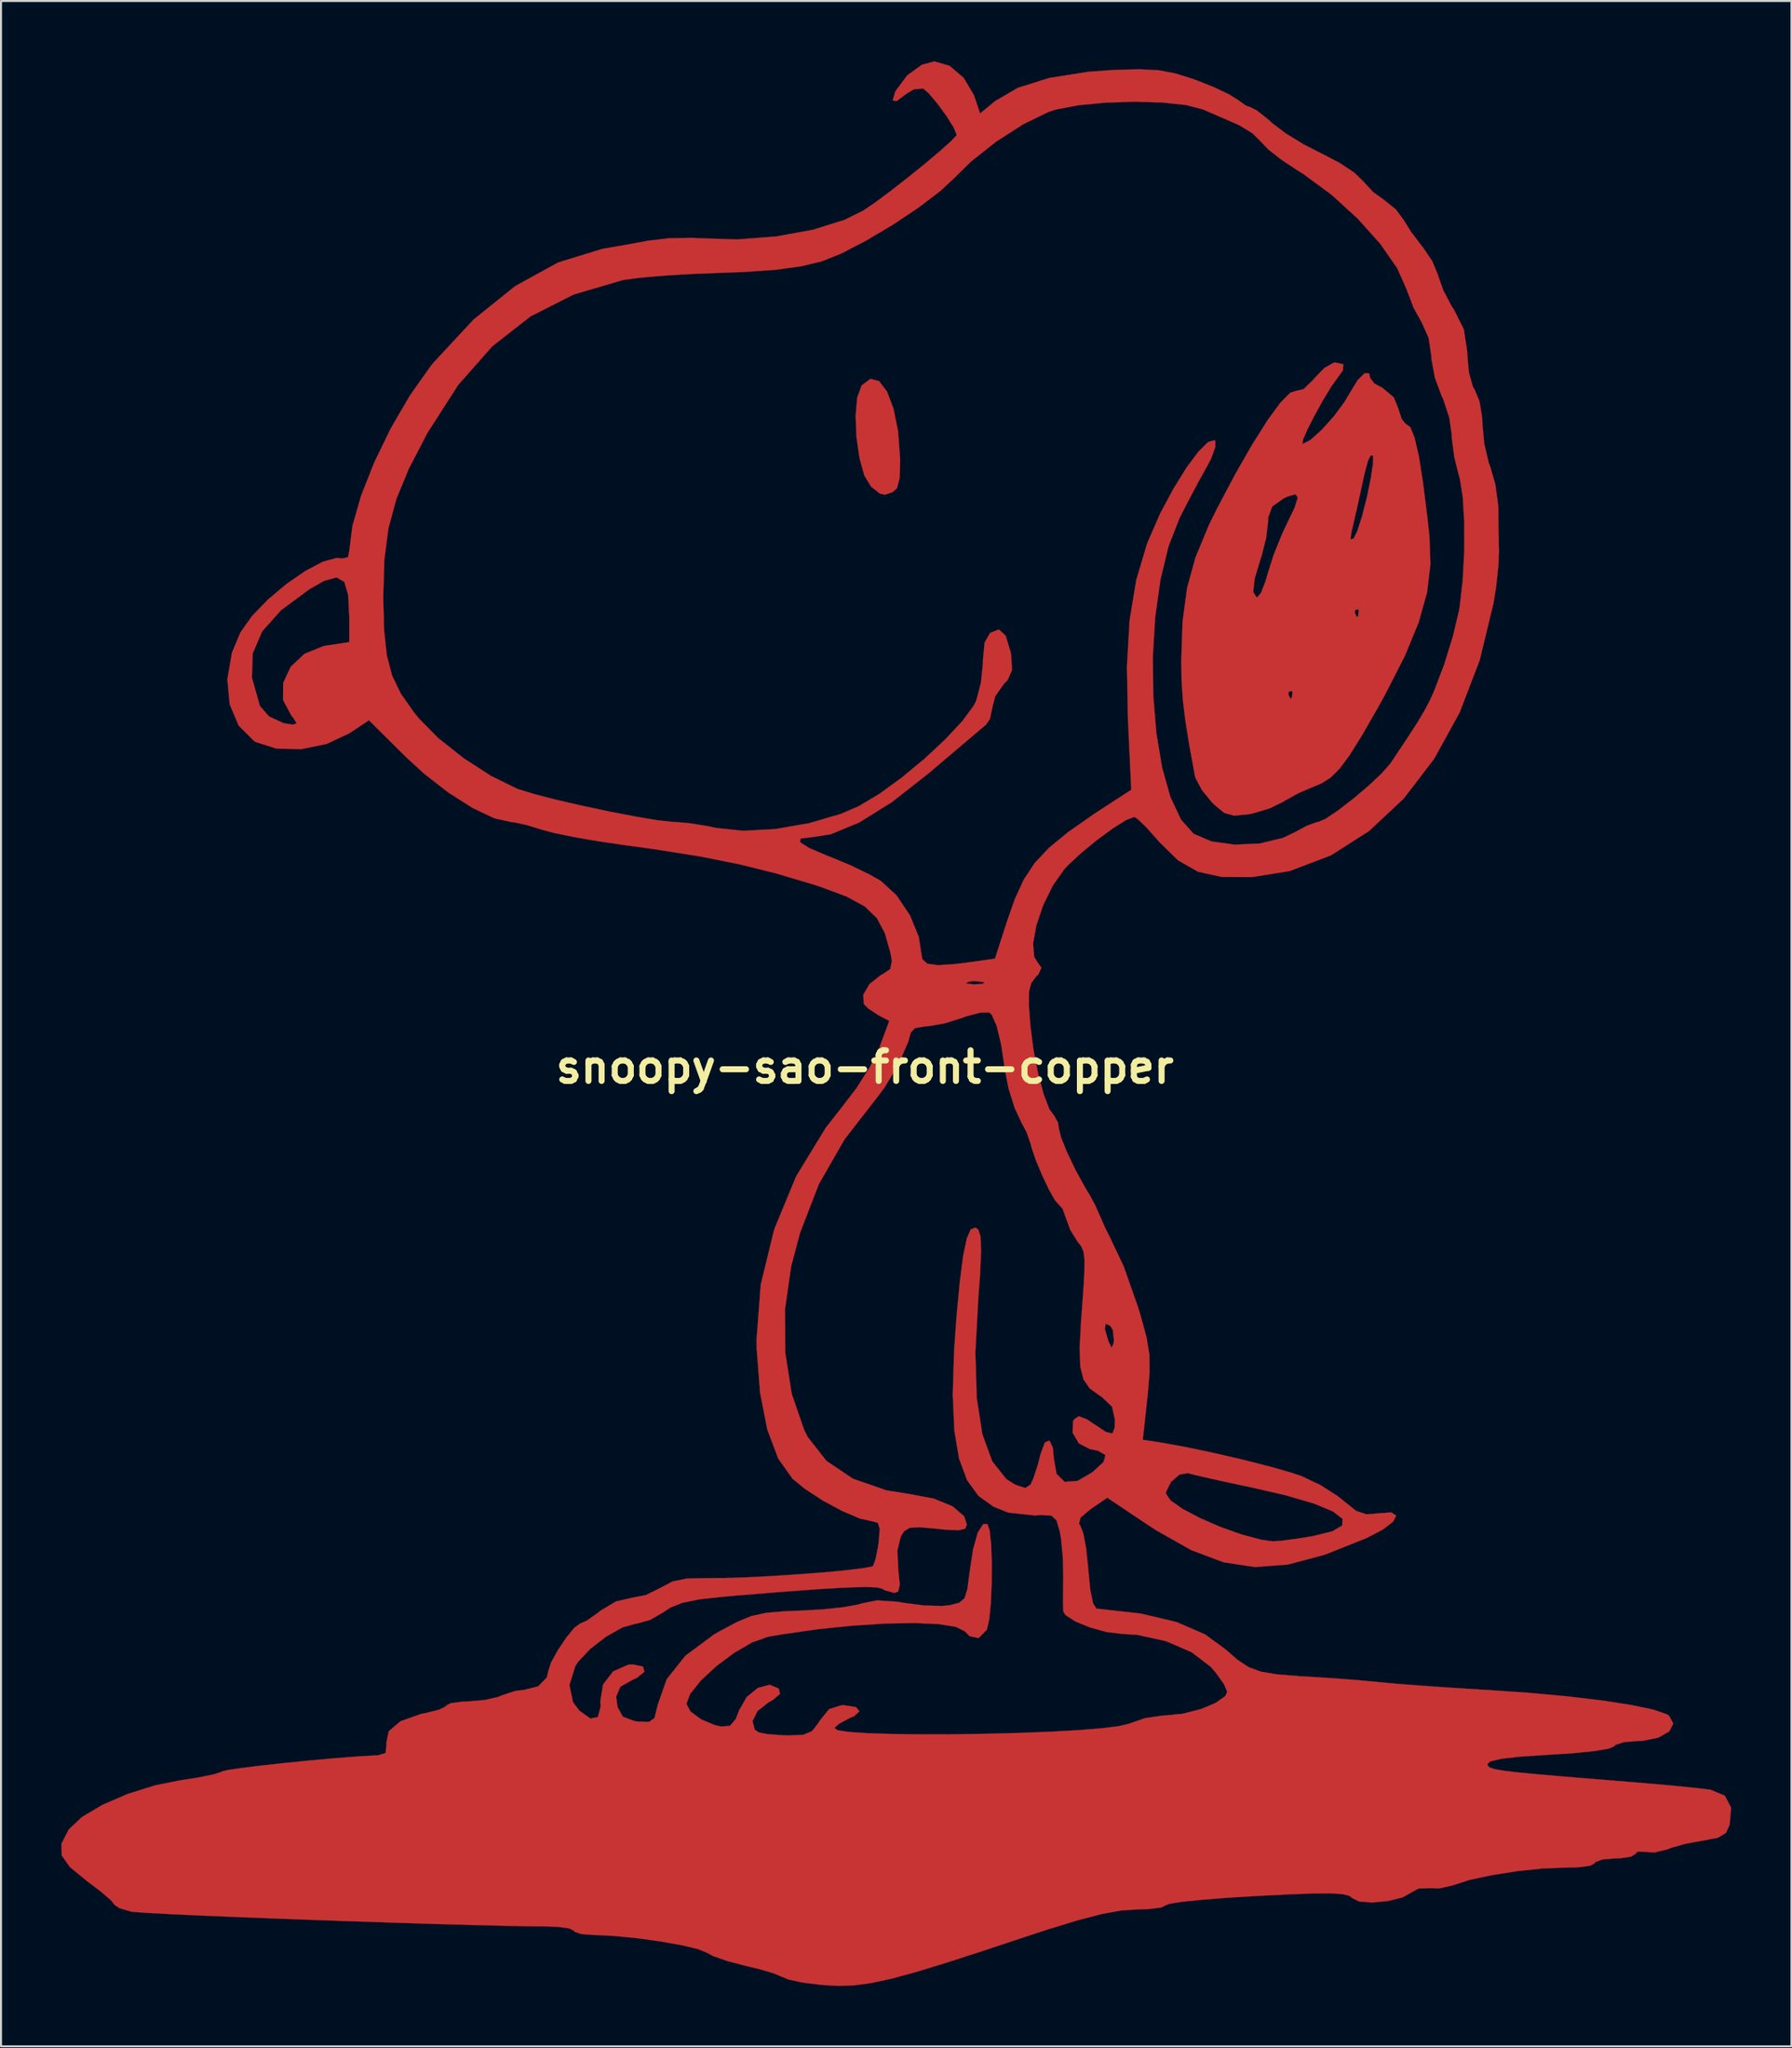
<source format=kicad_pcb>
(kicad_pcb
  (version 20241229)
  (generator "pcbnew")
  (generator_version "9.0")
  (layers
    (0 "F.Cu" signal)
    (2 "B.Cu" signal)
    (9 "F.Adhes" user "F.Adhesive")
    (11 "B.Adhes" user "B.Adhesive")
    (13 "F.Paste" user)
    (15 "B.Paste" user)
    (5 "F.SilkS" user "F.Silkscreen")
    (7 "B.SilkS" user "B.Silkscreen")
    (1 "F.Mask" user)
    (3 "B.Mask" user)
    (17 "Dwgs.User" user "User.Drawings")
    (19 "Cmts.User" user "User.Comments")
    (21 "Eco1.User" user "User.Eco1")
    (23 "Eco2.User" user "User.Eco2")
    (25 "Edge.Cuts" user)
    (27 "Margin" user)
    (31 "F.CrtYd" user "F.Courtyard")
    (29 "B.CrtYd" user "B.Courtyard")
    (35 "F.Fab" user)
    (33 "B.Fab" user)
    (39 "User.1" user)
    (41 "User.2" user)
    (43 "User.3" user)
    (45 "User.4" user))
  (footprint "snoopy-sao-front-copper"
    (layer "F.Cu")
    (at 39.988 50.037)
    (property "Reference" "snoopy-sao-front-copper" (at 0 0 0) (layer "F.SilkS") (effects (font (size 1.524 1.524) (thickness 0.3))))
    (attr through_hole)
    (fp_poly (pts (xy 0.711 -34.122) (xy 1.103 -33.608) (xy 1.427 -32.756) (xy 1.655 -31.624) (xy 1.756 -30.266) (xy 1.758 -30.19) (xy 1.731 -29.297) (xy 1.601 -28.8) (xy 1.376 -28.602) (xy 1.003 -28.476) (xy 0.746 -28.532) (xy 0.365 -28.838) (xy 0.301 -28.892) (xy -0.02 -29.423) (xy -0.264 -30.294) (xy -0.414 -31.342) (xy -0.457 -32.403) (xy -0.376 -33.314) (xy -0.159 -33.909) (xy 0.281 -34.241) (xy 0.711 -34.122)) (stroke (width 0.01) (type solid)) (fill yes) (layer "F.Cu"))
    (fp_poly (pts (xy 23.816 -34.96) (xy 23.788 -34.653) (xy 23.537 -34.31) (xy 23.206 -33.845) (xy 22.801 -33.178) (xy 22.389 -32.435) (xy 22.035 -31.74) (xy 21.807 -31.219) (xy 21.771 -30.997) (xy 21.778 -30.995) (xy 22.174 -31.197) (xy 22.732 -31.697) (xy 23.338 -32.37) (xy 23.873 -33.091) (xy 24.122 -33.513) (xy 24.524 -34.169) (xy 24.873 -34.519) (xy 25.099 -34.508) (xy 25.146 -34.284) (xy 25.356 -34.008) (xy 25.757 -33.791) (xy 26.323 -33.318) (xy 26.54 -32.781) (xy 26.716 -32.242) (xy 26.909 -32.005) (xy 26.917 -32.004) (xy 27.144 -31.838) (xy 27.358 -31.316) (xy 27.568 -30.405) (xy 27.78 -29.069) (xy 28.003 -27.274) (xy 28.096 -26.416) (xy 28.147 -25.017) (xy 27.98 -23.619) (xy 27.566 -22.132) (xy 26.88 -20.467) (xy 25.895 -18.535) (xy 25.547 -17.907) (xy 24.757 -16.53) (xy 24.137 -15.535) (xy 23.629 -14.848) (xy 23.177 -14.398) (xy 22.722 -14.112) (xy 22.424 -13.989) (xy 21.613 -13.644) (xy 20.897 -13.251) (xy 20.828 -13.204) (xy 20.16 -12.875) (xy 19.308 -12.619) (xy 19.116 -12.582) (xy 18.383 -12.506) (xy 17.885 -12.645) (xy 17.364 -13.077) (xy 17.287 -13.154) (xy 16.777 -13.779) (xy 16.455 -14.388) (xy 16.423 -14.509) (xy 16.135 -16.092) (xy 15.94 -17.319) (xy 15.822 -18.328) (xy 15.809 -18.542) (xy 21.082 -18.542) (xy 21.175 -18.333) (xy 21.251 -18.373) (xy 21.282 -18.674) (xy 21.251 -18.711) (xy 21.1 -18.676) (xy 21.082 -18.542) (xy 15.809 -18.542) (xy 15.764 -19.26) (xy 15.749 -20.208) (xy 15.814 -22.168) (xy 15.873 -22.606) (xy 24.384 -22.606) (xy 24.477 -22.397) (xy 24.553 -22.437) (xy 24.584 -22.738) (xy 24.553 -22.775) (xy 24.402 -22.74) (xy 24.384 -22.606) (xy 15.873 -22.606) (xy 16.011 -23.64) (xy 19.329 -23.64) (xy 19.491 -23.372) (xy 19.528 -23.368) (xy 19.715 -23.591) (xy 19.938 -24.158) (xy 20.047 -24.542) (xy 20.352 -25.499) (xy 20.658 -26.253) (xy 24.165 -26.253) (xy 24.319 -26.286) (xy 24.322 -26.289) (xy 24.501 -26.648) (xy 24.733 -27.36) (xy 24.971 -28.281) (xy 25.002 -28.417) (xy 25.186 -29.33) (xy 25.292 -30.035) (xy 25.299 -30.402) (xy 25.289 -30.421) (xy 25.168 -30.429) (xy 25.036 -30.153) (xy 24.867 -29.52) (xy 24.659 -28.575) (xy 24.468 -27.694) (xy 24.29 -26.922) (xy 24.227 -26.67) (xy 24.165 -26.253) (xy 20.658 -26.253) (xy 20.777 -26.547) (xy 20.966 -26.947) (xy 21.39 -27.831) (xy 21.547 -28.331) (xy 21.433 -28.498) (xy 21.043 -28.385) (xy 20.828 -28.283) (xy 20.27 -27.886) (xy 20.072 -27.333) (xy 20.062 -27.096) (xy 19.97 -26.318) (xy 19.747 -25.433) (xy 19.692 -25.273) (xy 19.398 -24.293) (xy 19.329 -23.64) (xy 16.011 -23.64) (xy 16.035 -23.82) (xy 16.456 -25.353) (xy 17.12 -26.956) (xy 17.514 -27.757) (xy 18.43 -29.489) (xy 19.284 -30.98) (xy 20.045 -32.183) (xy 20.682 -33.053) (xy 21.166 -33.545) (xy 21.433 -33.631) (xy 21.837 -33.728) (xy 22.333 -34.211) (xy 22.378 -34.271) (xy 22.869 -34.782) (xy 23.34 -35.043) (xy 23.416 -35.052) (xy 23.816 -34.96)) (stroke (width 0.01) (type solid)) (fill yes) (layer "F.Cu"))
    (fp_poly (pts (xy 4.217 -49.811) (xy 4.916 -49.217) (xy 5.419 -48.376) (xy 5.46 -48.264) (xy 5.736 -47.442) (xy 6.488 -48.06) (xy 7.621 -48.719) (xy 9.188 -49.21) (xy 11.14 -49.518) (xy 12.422 -49.608) (xy 13.677 -49.639) (xy 14.618 -49.591) (xy 15.436 -49.439) (xy 16.322 -49.161) (xy 16.471 -49.108) (xy 17.374 -48.749) (xy 18.125 -48.393) (xy 18.546 -48.129) (xy 18.978 -47.825) (xy 19.197 -47.751) (xy 19.51 -47.59) (xy 20.024 -47.185) (xy 20.263 -46.97) (xy 20.94 -46.453) (xy 21.872 -45.885) (xy 22.733 -45.447) (xy 23.618 -44.988) (xy 24.349 -44.505) (xy 24.761 -44.111) (xy 25.291 -43.533) (xy 25.804 -43.168) (xy 26.421 -42.673) (xy 26.795 -42.173) (xy 27.198 -41.531) (xy 27.724 -40.842) (xy 27.765 -40.795) (xy 28.235 -40.099) (xy 28.532 -39.388) (xy 28.545 -39.328) (xy 28.784 -38.65) (xy 29.198 -37.862) (xy 29.332 -37.654) (xy 29.811 -36.698) (xy 29.977 -35.596) (xy 29.98 -35.438) (xy 30.06 -34.563) (xy 30.254 -33.861) (xy 30.361 -33.67) (xy 30.589 -33.12) (xy 30.721 -32.32) (xy 30.734 -31.986) (xy 30.824 -31.016) (xy 31.047 -30.071) (xy 31.127 -29.856) (xy 31.377 -28.987) (xy 31.516 -27.986) (xy 31.525 -27.73) (xy 31.535 -26.775) (xy 31.553 -25.862) (xy 31.559 -25.654) (xy 31.529 -24.927) (xy 31.421 -23.94) (xy 31.289 -23.086) (xy 30.597 -20.234) (xy 29.601 -17.639) (xy 28.332 -15.336) (xy 26.82 -13.36) (xy 25.098 -11.747) (xy 23.196 -10.533) (xy 21.146 -9.752) (xy 19.279 -9.454) (xy 17.767 -9.459) (xy 16.582 -9.718) (xy 15.583 -10.288) (xy 14.63 -11.225) (xy 14.532 -11.341) (xy 13.995 -11.944) (xy 13.574 -12.345) (xy 13.405 -12.446) (xy 13.002 -12.289) (xy 12.35 -11.879) (xy 11.571 -11.309) (xy 10.788 -10.671) (xy 10.126 -10.057) (xy 9.933 -9.85) (xy 9.356 -9.033) (xy 8.877 -8.058) (xy 8.537 -7.055) (xy 8.374 -6.154) (xy 8.428 -5.484) (xy 8.552 -5.273) (xy 8.787 -4.94) (xy 8.642 -4.622) (xy 8.494 -4.466) (xy 8.275 -4.165) (xy 8.17 -3.737) (xy 8.165 -3.055) (xy 8.237 -2.08) (xy 8.394 -0.853) (xy 8.625 0.331) (xy 8.9 1.354) (xy 9.185 2.098) (xy 9.428 2.432) (xy 9.619 2.774) (xy 9.652 3.042) (xy 9.771 3.518) (xy 10.079 4.276) (xy 10.507 5.163) (xy 10.982 6.026) (xy 11.183 6.35) (xy 11.469 6.881) (xy 11.684 7.366) (xy 11.96 7.998) (xy 12.154 8.382) (xy 12.885 9.923) (xy 13.6 11.955) (xy 13.741 12.422) (xy 14.023 13.465) (xy 14.161 14.31) (xy 14.172 15.184) (xy 14.076 16.313) (xy 14.064 16.422) (xy 13.832 18.541) (xy 14.726 18.68) (xy 15.925 18.895) (xy 17.328 19.189) (xy 18.782 19.526) (xy 20.135 19.869) (xy 21.233 20.183) (xy 21.718 20.345) (xy 22.654 20.786) (xy 23.539 21.349) (xy 23.837 21.592) (xy 24.452 22.081) (xy 24.97 22.254) (xy 25.55 22.204) (xy 26.204 22.158) (xy 26.443 22.313) (xy 26.291 22.615) (xy 25.774 23.014) (xy 24.956 23.438) (xy 22.87 24.268) (xy 21.059 24.748) (xy 19.419 24.874) (xy 17.848 24.637) (xy 16.244 24.032) (xy 14.505 23.05) (xy 13.963 22.696) (xy 12.065 21.424) (xy 11.255 21.98) (xy 10.738 22.411) (xy 10.656 22.721) (xy 10.721 22.811) (xy 10.869 23.185) (xy 11.008 23.918) (xy 11.11 24.862) (xy 11.12 25.005) (xy 11.22 26.019) (xy 11.362 26.693) (xy 11.527 26.943) (xy 13.732 27.189) (xy 15.513 27.61) (xy 16.928 28.224) (xy 17.951 28.97) (xy 18.554 29.496) (xy 19.094 29.851) (xy 19.699 30.076) (xy 20.499 30.214) (xy 21.623 30.305) (xy 22.225 30.339) (xy 23.429 30.415) (xy 24.652 30.511) (xy 25.634 30.605) (xy 25.654 30.607) (xy 26.41 30.678) (xy 27.542 30.766) (xy 28.916 30.862) (xy 30.402 30.956) (xy 30.988 30.991) (xy 33.078 31.135) (xy 35.015 31.314) (xy 36.733 31.519) (xy 38.164 31.741) (xy 39.243 31.969) (xy 39.902 32.195) (xy 40.018 32.268) (xy 40.234 32.664) (xy 40.032 33.051) (xy 39.497 33.359) (xy 38.713 33.519) (xy 38.463 33.528) (xy 37.779 33.584) (xy 37.35 33.725) (xy 37.293 33.791) (xy 37.015 33.91) (xy 36.318 34.028) (xy 35.288 34.133) (xy 34.096 34.211) (xy 32.634 34.305) (xy 31.65 34.416) (xy 31.114 34.549) (xy 30.988 34.673) (xy 31.01 34.77) (xy 31.113 34.854) (xy 31.351 34.93) (xy 31.782 35.005) (xy 32.46 35.087) (xy 33.441 35.182) (xy 34.779 35.298) (xy 36.531 35.442) (xy 37.973 35.558) (xy 39.294 35.669) (xy 40.5 35.779) (xy 41.464 35.877) (xy 42.059 35.95) (xy 42.086 35.954) (xy 42.801 36.251) (xy 43.111 36.848) (xy 43.039 37.686) (xy 42.853 38.101) (xy 42.466 38.337) (xy 41.727 38.482) (xy 41.695 38.487) (xy 40.85 38.64) (xy 40.137 38.84) (xy 39.958 38.913) (xy 39.301 39.075) (xy 38.879 39.047) (xy 38.465 39.028) (xy 38.354 39.14) (xy 38.129 39.284) (xy 37.566 39.364) (xy 37.338 39.37) (xy 36.702 39.423) (xy 36.348 39.556) (xy 36.322 39.61) (xy 36.092 39.734) (xy 35.494 39.813) (xy 34.837 39.828) (xy 33.741 39.87) (xy 32.473 40.003) (xy 31.201 40.202) (xy 30.093 40.44) (xy 29.318 40.69) (xy 29.292 40.702) (xy 28.589 40.864) (xy 28.135 40.845) (xy 27.556 40.87) (xy 27.248 41.034) (xy 26.77 41.306) (xy 26.04 41.489) (xy 25.249 41.564) (xy 24.588 41.51) (xy 24.27 41.35) (xy 24.097 41.224) (xy 23.755 41.144) (xy 23.178 41.108) (xy 22.294 41.114) (xy 21.037 41.161) (xy 19.494 41.239) (xy 18.045 41.328) (xy 16.79 41.427) (xy 15.808 41.527) (xy 15.181 41.622) (xy 14.986 41.695) (xy 14.756 41.81) (xy 14.159 41.888) (xy 13.525 41.91) (xy 12.749 41.962) (xy 11.799 42.135) (xy 10.592 42.449) (xy 9.045 42.923) (xy 8.001 43.266) (xy 5.773 44.005) (xy 3.958 44.592) (xy 2.487 45.039) (xy 1.293 45.361) (xy 0.308 45.572) (xy -0.535 45.684) (xy -1.305 45.713) (xy -2.068 45.671) (xy -2.894 45.573) (xy -3.175 45.532) (xy -3.804 45.393) (xy -4.191 45.232) (xy -4.561 45.08) (xy -5.262 44.876) (xy -5.969 44.705) (xy -6.847 44.474) (xy -7.555 44.224) (xy -7.874 44.055) (xy -8.301 43.881) (xy -9.102 43.69) (xy -10.146 43.505) (xy -11.301 43.344) (xy -12.435 43.229) (xy -13.416 43.18) (xy -13.502 43.18) (xy -14.124 43.131) (xy -14.459 43.01) (xy -14.478 42.969) (xy -14.707 42.851) (xy -15.296 42.773) (xy -15.812 42.755) (xy -16.803 42.745) (xy -18.141 42.718) (xy -19.757 42.677) (xy -21.584 42.625) (xy -23.554 42.563) (xy -25.6 42.495) (xy -27.653 42.423) (xy -29.645 42.349) (xy -31.509 42.276) (xy -33.178 42.206) (xy -34.582 42.141) (xy -35.655 42.084) (xy -36.328 42.037) (xy -36.513 42.015) (xy -37.072 41.853) (xy -37.335 41.684) (xy -37.338 41.669) (xy -37.528 41.441) (xy -38.027 41.015) (xy -38.711 40.496) (xy -39.554 39.807) (xy -39.966 39.225) (xy -39.983 38.647) (xy -39.639 37.973) (xy -39.593 37.907) (xy -38.958 37.309) (xy -37.947 36.71) (xy -36.692 36.166) (xy -35.32 35.736) (xy -34.109 35.493) (xy -33.161 35.344) (xy -32.425 35.194) (xy -32.032 35.071) (xy -32.004 35.049) (xy -31.73 34.978) (xy -31.055 34.877) (xy -30.083 34.757) (xy -28.921 34.629) (xy -27.672 34.504) (xy -26.443 34.392) (xy -25.338 34.304) (xy -24.462 34.252) (xy -24.234 34.244) (xy -23.846 34.125) (xy -23.805 33.706) (xy -23.815 33.648) (xy -23.694 33.046) (xy -23.111 32.549) (xy -22.107 32.189) (xy -21.78 32.122) (xy -21.17 31.967) (xy -20.845 31.799) (xy -20.828 31.762) (xy -20.601 31.647) (xy -20.028 31.572) (xy -19.712 31.56) (xy -18.892 31.487) (xy -18.214 31.325) (xy -18.078 31.265) (xy -17.389 31.037) (xy -16.958 30.988) (xy -16.26 30.812) (xy -16.189 30.741) (xy -14.702 30.741) (xy -14.524 31.596) (xy -14.208 32.02) (xy -13.655 32.412) (xy -13.286 32.341) (xy -13.148 31.828) (xy -13.162 31.555) (xy -13.027 30.72) (xy -12.523 30.065) (xy -11.773 29.734) (xy -11.557 29.718) (xy -11.04 29.826) (xy -10.968 30.084) (xy -11.345 30.39) (xy -11.532 30.471) (xy -12.17 30.83) (xy -12.376 31.33) (xy -12.306 31.84) (xy -12.045 32.315) (xy -11.481 32.535) (xy -11.306 32.56) (xy -10.737 32.583) (xy -10.466 32.383) (xy -10.327 31.823) (xy -10.316 31.76) (xy -9.86 30.458) (xy -8.929 29.287) (xy -7.512 28.235) (xy -7.216 28.064) (xy -6.351 27.603) (xy -5.649 27.315) (xy -4.925 27.155) (xy -3.995 27.075) (xy -3.207 27.045) (xy -2.079 26.981) (xy -1.065 26.873) (xy -0.33 26.74) (xy -0.157 26.687) (xy 0.605 26.533) (xy 1.623 26.602) (xy 1.993 26.665) (xy 2.949 26.787) (xy 3.84 26.811) (xy 4.23 26.773) (xy 4.698 26.653) (xy 4.963 26.427) (xy 5.107 25.958) (xy 5.207 25.184) (xy 5.388 23.989) (xy 5.621 23.158) (xy 5.888 22.742) (xy 6.098 22.734) (xy 6.211 23.048) (xy 6.285 23.732) (xy 6.319 24.651) (xy 6.314 25.671) (xy 6.272 26.654) (xy 6.193 27.466) (xy 6.078 27.971) (xy 6.062 28.003) (xy 5.665 28.406) (xy 5.211 28.312) (xy 4.981 28.076) (xy 4.541 27.852) (xy 3.68 27.713) (xy 2.476 27.659) (xy 1.009 27.685) (xy -0.643 27.792) (xy -2.401 27.975) (xy -4.186 28.233) (xy -4.826 28.345) (xy -5.61 28.624) (xy -6.505 29.144) (xy -7.395 29.809) (xy -8.165 30.525) (xy -8.698 31.196) (xy -8.88 31.681) (xy -8.672 32.065) (xy -8.14 32.456) (xy -7.452 32.744) (xy -7.147 32.809) (xy -6.707 32.774) (xy -6.419 32.43) (xy -6.258 32.009) (xy -5.878 31.341) (xy -5.322 30.889) (xy -4.734 30.732) (xy -4.288 30.917) (xy -4.219 31.182) (xy -4.579 31.488) (xy -4.797 31.608) (xy -5.345 32.042) (xy -5.588 32.54) (xy -5.481 32.962) (xy -5.271 33.106) (xy -4.835 33.188) (xy -4.116 33.243) (xy -3.81 33.252) (xy -3.064 33.222) (xy -2.623 33.036) (xy -2.287 32.601) (xy -2.234 32.51) (xy -1.779 31.945) (xy -1.182 31.755) (xy -1.028 31.75) (xy -0.444 31.84) (xy -0.268 32.053) (xy -0.54 32.301) (xy -0.739 32.378) (xy -1.297 32.68) (xy -1.511 32.877) (xy -1.374 32.99) (xy -0.803 33.078) (xy 0.128 33.141) (xy 1.347 33.181) (xy 2.779 33.199) (xy 4.352 33.196) (xy 5.993 33.172) (xy 7.627 33.13) (xy 9.182 33.07) (xy 10.584 32.993) (xy 11.76 32.9) (xy 12.637 32.793) (xy 13.141 32.672) (xy 13.168 32.66) (xy 13.957 32.39) (xy 14.861 32.26) (xy 14.968 32.258) (xy 15.837 32.17) (xy 16.717 31.944) (xy 17.464 31.633) (xy 17.939 31.291) (xy 18.034 31.084) (xy 17.872 30.697) (xy 17.462 30.124) (xy 17.209 29.832) (xy 16.26 29.109) (xy 14.984 28.56) (xy 13.549 28.246) (xy 12.769 28.197) (xy 12.031 28.107) (xy 11.217 27.882) (xy 10.485 27.583) (xy 9.993 27.27) (xy 9.876 27.087) (xy 9.864 26.685) (xy 9.867 25.962) (xy 9.876 25.4) (xy 9.856 24.415) (xy 9.769 23.483) (xy 9.704 23.114) (xy 9.541 22.551) (xy 9.284 22.313) (xy 8.761 22.286) (xy 8.461 22.308) (xy 7.135 22.164) (xy 6.409 21.874) (xy 5.658 21.336) (xy 5.576 21.223) (xy 14.986 21.223) (xy 15.212 21.559) (xy 15.814 21.981) (xy 16.679 22.437) (xy 17.693 22.878) (xy 18.744 23.253) (xy 19.718 23.512) (xy 20.299 23.596) (xy 20.727 23.568) (xy 21.479 23.469) (xy 22.268 23.342) (xy 23.262 23.099) (xy 23.76 22.808) (xy 23.771 22.476) (xy 23.303 22.111) (xy 22.365 21.72) (xy 20.967 21.31) (xy 19.377 20.943) (xy 18.185 20.689) (xy 17.164 20.464) (xy 16.423 20.293) (xy 16.073 20.201) (xy 15.654 20.277) (xy 15.231 20.645) (xy 14.994 21.126) (xy 14.986 21.223) (xy 5.576 21.223) (xy 5.088 20.552) (xy 4.69 19.481) (xy 4.456 18.077) (xy 4.377 16.298) (xy 4.445 14.101) (xy 4.561 12.457) (xy 4.727 10.685) (xy 4.895 9.387) (xy 5.075 8.528) (xy 5.275 8.072) (xy 5.504 7.986) (xy 5.648 8.086) (xy 5.757 8.424) (xy 5.786 9.162) (xy 5.734 10.337) (xy 5.647 11.479) (xy 5.501 14.197) (xy 5.569 16.461) (xy 5.849 18.267) (xy 6.341 19.615) (xy 7.046 20.503) (xy 7.493 20.782) (xy 7.983 20.944) (xy 8.245 20.775) (xy 8.371 20.508) (xy 8.605 19.805) (xy 8.75 19.241) (xy 8.961 18.675) (xy 9.191 18.584) (xy 9.359 18.946) (xy 9.398 19.422) (xy 9.541 20.242) (xy 9.947 20.636) (xy 10.58 20.592) (xy 11.318 20.164) (xy 11.881 19.651) (xy 11.975 19.302) (xy 11.595 19.083) (xy 11.204 19.008) (xy 10.657 18.727) (xy 10.341 18.196) (xy 10.365 17.619) (xy 10.411 17.531) (xy 10.645 17.371) (xy 11.049 17.524) (xy 11.379 17.744) (xy 11.998 18.154) (xy 12.316 18.23) (xy 12.432 17.955) (xy 12.446 17.54) (xy 12.304 16.898) (xy 11.797 16.412) (xy 11.674 16.336) (xy 11.192 15.984) (xy 10.883 15.54) (xy 10.724 14.905) (xy 10.692 13.978) (xy 10.741 13.046) (xy 11.947 13.046) (xy 12.121 13.632) (xy 12.274 13.959) (xy 12.36 13.808) (xy 12.399 13.626) (xy 12.346 13.089) (xy 12.216 12.876) (xy 11.98 12.765) (xy 11.947 13.046) (xy 10.741 13.046) (xy 10.762 12.66) (xy 10.774 12.495) (xy 10.874 11.139) (xy 10.928 10.196) (xy 10.932 9.573) (xy 10.88 9.177) (xy 10.769 8.915) (xy 10.594 8.693) (xy 10.587 8.685) (xy 10.229 8.107) (xy 10.025 7.556) (xy 9.843 7.052) (xy 9.67 6.858) (xy 9.474 6.645) (xy 9.17 6.105) (xy 8.826 5.386) (xy 8.513 4.637) (xy 8.299 4.006) (xy 8.263 3.852) (xy 8.05 3.241) (xy 7.79 2.749) (xy 7.46 2.039) (xy 7.16 1.088) (xy 6.975 0.164) (xy 6.971 0.127) (xy 6.789 -1.103) (xy 6.563 -2.042) (xy 6.317 -2.602) (xy 6.191 -2.715) (xy 5.752 -2.709) (xy 5.074 -2.534) (xy 4.82 -2.44) (xy 3.982 -2.177) (xy 3.19 -2.038) (xy 3.043 -2.032) (xy 2.492 -1.938) (xy 2.284 -1.714) (xy 2.158 -1.25) (xy 1.843 -0.529) (xy 1.424 0.28) (xy 0.989 1.005) (xy 0.699 1.397) (xy -1.004 3.589) (xy -2.287 5.823) (xy -3.224 8.248) (xy -3.664 9.906) (xy -3.973 12.048) (xy -3.96 14.209) (xy -3.639 16.253) (xy -3.023 18.042) (xy -2.835 18.415) (xy -1.91 19.593) (xy -0.593 20.481) (xy 1.077 21.058) (xy 2.236 21.245) (xy 3.442 21.473) (xy 4.371 21.855) (xy 4.94 22.346) (xy 5.08 22.764) (xy 4.992 22.968) (xy 4.658 23.045) (xy 3.972 23.011) (xy 3.581 22.97) (xy 2.729 22.892) (xy 2.235 22.922) (xy 1.955 23.092) (xy 1.789 23.348) (xy 1.62 24.054) (xy 1.666 25.029) (xy 1.739 25.752) (xy 1.661 26.092) (xy 1.477 26.162) (xy 0.981 26.028) (xy 0.876 25.957) (xy 0.614 25.889) (xy 0.023 25.867) (xy -0.932 25.895) (xy -2.283 25.973) (xy -4.063 26.103) (xy -6.307 26.286) (xy -6.992 26.345) (xy -8.226 26.48) (xy -9.08 26.652) (xy -9.682 26.895) (xy -10.011 27.114) (xy -10.69 27.508) (xy -11.359 27.692) (xy -11.401 27.693) (xy -12.051 27.874) (xy -12.858 28.327) (xy -13.65 28.934) (xy -14.26 29.575) (xy -14.403 29.793) (xy -14.702 30.741) (xy -16.189 30.741) (xy -15.822 30.366) (xy -15.748 30.043) (xy -15.614 29.624) (xy -15.282 29.021) (xy -14.859 28.391) (xy -14.452 27.893) (xy -14.167 27.686) (xy -14.163 27.686) (xy -13.825 27.535) (xy -13.296 27.161) (xy -13.162 27.051) (xy -12.385 26.587) (xy -11.64 26.416) (xy -10.888 26.265) (xy -10.152 25.903) (xy -10.149 25.9) (xy -9.567 25.59) (xy -8.84 25.444) (xy -7.824 25.426) (xy -6.977 25.424) (xy -5.873 25.387) (xy -4.614 25.322) (xy -3.306 25.237) (xy -2.052 25.14) (xy -0.955 25.038) (xy -0.121 24.939) (xy 0.348 24.851) (xy 0.408 24.823) (xy 0.529 24.502) (xy 0.656 23.874) (xy 0.69 23.643) (xy 0.744 22.973) (xy 0.644 22.67) (xy 0.399 22.606) (xy -0.24 22.463) (xy -1.121 22.088) (xy -2.091 21.566) (xy -2.992 20.978) (xy -3.599 20.479) (xy -4.312 19.473) (xy -4.854 18.029) (xy -5.214 16.19) (xy -5.381 13.999) (xy -5.389 13.589) (xy -5.18 10.827) (xy -4.51 8.075) (xy -3.417 5.435) (xy -1.937 3.011) (xy -1.172 2.038) (xy -0.419 1.053) (xy 0.246 0.011) (xy 0.695 -0.886) (xy 0.72 -0.952) (xy 1.216 -2.297) (xy 0.671 -2.584) (xy 0.174 -2.913) (xy -0.046 -3.136) (xy -0.078 -3.595) (xy 0.233 -4.128) (xy 0.272 -4.159) (xy 5.045 -4.159) (xy 5.382 -4.115) (xy 5.461 -4.114) (xy 5.895 -4.141) (xy 5.933 -4.22) (xy 5.91 -4.231) (xy 5.406 -4.281) (xy 5.148 -4.24) (xy 5.045 -4.159) (xy 0.272 -4.159) (xy 0.782 -4.566) (xy 0.872 -4.611) (xy 1.267 -4.877) (xy 1.347 -5.286) (xy 1.277 -5.683) (xy 0.992 -6.676) (xy 0.593 -7.421) (xy -0.011 -7.997) (xy -0.91 -8.485) (xy -2.195 -8.963) (xy -2.604 -9.096) (xy -4.446 -9.643) (xy -6.276 -10.096) (xy -8.241 -10.486) (xy -10.487 -10.842) (xy -11.891 -11.034) (xy -13.211 -11.226) (xy -14.451 -11.439) (xy -15.466 -11.648) (xy -16.082 -11.814) (xy -16.839 -12.045) (xy -17.45 -12.177) (xy -17.583 -12.188) (xy -18.428 -12.375) (xy -19.504 -12.882) (xy -20.709 -13.645) (xy -21.939 -14.602) (xy -22.816 -15.408) (xy -24.677 -17.253) (xy -25.656 -16.605) (xy -26.782 -16.076) (xy -28.046 -15.817) (xy -29.276 -15.843) (xy -30.301 -16.168) (xy -30.401 -16.227) (xy -31.163 -16.99) (xy -31.608 -18.05) (xy -31.723 -19.296) (xy -31.71 -19.368) (xy -30.5 -19.368) (xy -30.116 -18.005) (xy -30.093 -17.949) (xy -29.654 -17.448) (xy -28.928 -17.108) (xy -28.472 -17.034) (xy -28.274 -17.097) (xy -28.446 -17.381) (xy -28.536 -17.483) (xy -28.952 -18.265) (xy -28.945 -19.111) (xy -28.571 -19.913) (xy -27.884 -20.56) (xy -26.938 -20.943) (xy -26.79 -20.969) (xy -25.654 -21.14) (xy -25.654 -22.36) (xy -25.704 -23.389) (xy -23.966 -23.389) (xy -23.966 -23.368) (xy -23.925 -21.741) (xy -23.791 -20.488) (xy -23.527 -19.478) (xy -23.092 -18.58) (xy -22.449 -17.663) (xy -22.199 -17.35) (xy -21.224 -16.363) (xy -19.961 -15.362) (xy -18.601 -14.483) (xy -17.332 -13.86) (xy -17.203 -13.811) (xy -16.413 -13.57) (xy -15.306 -13.286) (xy -14.012 -12.988) (xy -12.663 -12.703) (xy -11.387 -12.458) (xy -10.316 -12.28) (xy -9.579 -12.197) (xy -9.481 -12.194) (xy -8.745 -12.134) (xy -7.811 -11.984) (xy -7.393 -11.896) (xy -6.051 -11.754) (xy -4.451 -11.842) (xy -2.771 -12.132) (xy -1.191 -12.596) (xy -0.3 -12.98) (xy 0.713 -13.584) (xy 1.835 -14.399) (xy 2.967 -15.336) (xy 4.008 -16.306) (xy 4.86 -17.218) (xy 5.423 -17.985) (xy 5.546 -18.233) (xy 5.785 -19.146) (xy 5.88 -20.123) (xy 5.878 -20.225) (xy 5.961 -21.116) (xy 6.234 -21.599) (xy 6.673 -21.77) (xy 7.009 -21.46) (xy 7.252 -20.658) (xy 7.283 -20.477) (xy 7.324 -19.749) (xy 7.104 -19.251) (xy 6.893 -19.028) (xy 6.489 -18.447) (xy 6.35 -17.907) (xy 6.228 -17.325) (xy 6.032 -17.035) (xy 5.727 -16.779) (xy 5.119 -16.265) (xy 4.292 -15.564) (xy 3.332 -14.747) (xy 3.195 -14.631) (xy 1.345 -13.18) (xy -0.292 -12.161) (xy -1.708 -11.578) (xy -2.69 -11.43) (xy -3.199 -11.369) (xy -3.222 -11.189) (xy -2.768 -10.898) (xy -1.842 -10.502) (xy -1.711 -10.452) (xy -0.712 -10.038) (xy 0.24 -9.578) (xy 0.795 -9.263) (xy 1.578 -8.543) (xy 2.246 -7.549) (xy 2.684 -6.482) (xy 2.794 -5.762) (xy 2.859 -5.368) (xy 3.112 -5.142) (xy 3.635 -5.068) (xy 4.514 -5.127) (xy 5.362 -5.236) (xy 6.477 -5.392) (xy 7.062 -7.205) (xy 7.474 -8.377) (xy 7.912 -9.33) (xy 8.451 -10.145) (xy 9.163 -10.905) (xy 10.121 -11.691) (xy 11.399 -12.585) (xy 12.51 -13.31) (xy 13.261 -13.794) (xy 13.097 -17.247) (xy 13.045 -19.923) (xy 13.177 -22.218) (xy 13.507 -24.227) (xy 14.05 -26.05) (xy 14.698 -27.539) (xy 15.361 -28.776) (xy 16.012 -29.825) (xy 16.603 -30.619) (xy 17.083 -31.094) (xy 17.404 -31.184) (xy 17.434 -31.161) (xy 17.442 -30.84) (xy 17.225 -30.256) (xy 17.033 -29.891) (xy 16.576 -29.068) (xy 16.037 -28.049) (xy 15.664 -27.318) (xy 15.112 -25.904) (xy 14.708 -24.231) (xy 14.45 -22.382) (xy 14.333 -20.441) (xy 14.353 -18.494) (xy 14.507 -16.623) (xy 14.791 -14.913) (xy 15.201 -13.448) (xy 15.734 -12.313) (xy 16.362 -11.607) (xy 17.252 -11.225) (xy 18.413 -11.064) (xy 19.66 -11.123) (xy 20.807 -11.4) (xy 21.358 -11.662) (xy 21.995 -12.002) (xy 22.486 -12.182) (xy 22.56 -12.191) (xy 22.933 -12.352) (xy 23.554 -12.769) (xy 24.304 -13.348) (xy 25.064 -13.99) (xy 25.716 -14.602) (xy 26.142 -15.086) (xy 26.158 -15.108) (xy 26.927 -16.258) (xy 27.469 -17.094) (xy 27.844 -17.718) (xy 28.116 -18.234) (xy 28.328 -18.702) (xy 28.832 -20.027) (xy 29.271 -21.444) (xy 29.569 -22.703) (xy 29.602 -22.896) (xy 29.755 -24.214) (xy 29.831 -25.657) (xy 29.833 -27.076) (xy 29.761 -28.323) (xy 29.616 -29.251) (xy 29.57 -29.409) (xy 29.338 -30.337) (xy 29.216 -31.267) (xy 29.21 -31.451) (xy 29.088 -32.309) (xy 28.786 -33.223) (xy 28.702 -33.401) (xy 28.372 -34.287) (xy 28.201 -35.212) (xy 28.194 -35.384) (xy 28.058 -36.275) (xy 27.72 -37.037) (xy 27.715 -37.045) (xy 27.315 -37.765) (xy 26.992 -38.607) (xy 26.974 -38.669) (xy 26.493 -39.748) (xy 25.649 -40.96) (xy 24.533 -42.208) (xy 23.232 -43.394) (xy 21.837 -44.421) (xy 21.538 -44.608) (xy 20.729 -45.144) (xy 20.076 -45.655) (xy 19.733 -46.016) (xy 19.303 -46.447) (xy 18.643 -46.852) (xy 18.542 -46.899) (xy 17.679 -47.274) (xy 16.833 -47.64) (xy 16.819 -47.646) (xy 15.988 -47.862) (xy 14.807 -47.988) (xy 13.422 -48.027) (xy 11.983 -47.981) (xy 10.637 -47.853) (xy 9.533 -47.645) (xy 9.155 -47.525) (xy 7.898 -46.915) (xy 6.54 -46.044) (xy 5.287 -45.055) (xy 4.513 -44.291) (xy 3.752 -43.58) (xy 2.663 -42.754) (xy 1.387 -41.903) (xy 0.063 -41.115) (xy -1.172 -40.476) (xy -2.135 -40.089) (xy -3.152 -39.842) (xy -4.422 -39.668) (xy -6.042 -39.555) (xy -7.239 -39.511) (xy -8.66 -39.455) (xy -10.015 -39.372) (xy -11.165 -39.273) (xy -11.972 -39.166) (xy -12.065 -39.148) (xy -14.491 -38.434) (xy -16.635 -37.349) (xy -18.534 -35.863) (xy -20.229 -33.946) (xy -21.757 -31.569) (xy -21.777 -31.532) (xy -22.688 -29.779) (xy -23.318 -28.252) (xy -23.712 -26.788) (xy -23.913 -25.221) (xy -23.966 -23.389) (xy -25.704 -23.389) (xy -25.708 -23.48) (xy -25.903 -24.136) (xy -26.286 -24.361) (xy -26.907 -24.191) (xy -27.628 -23.781) (xy -29.051 -22.731) (xy -29.989 -21.68) (xy -30.465 -20.576) (xy -30.5 -19.368) (xy -31.71 -19.368) (xy -31.494 -20.619) (xy -31.07 -21.628) (xy -30.507 -22.425) (xy -29.712 -23.25) (xy -28.789 -24.027) (xy -27.839 -24.683) (xy -26.965 -25.143) (xy -26.268 -25.332) (xy -26.012 -25.299) (xy -25.717 -25.365) (xy -25.654 -25.689) (xy -25.499 -26.92) (xy -25.068 -28.424) (xy -24.412 -30.085) (xy -23.584 -31.788) (xy -22.634 -33.417) (xy -21.615 -34.858) (xy -21.475 -35.033) (xy -19.471 -37.188) (xy -17.399 -38.854) (xy -15.267 -40.026) (xy -13.084 -40.698) (xy -12.827 -40.744) (xy -12.112 -40.868) (xy -11.191 -41.035) (xy -10.795 -41.11) (xy -9.721 -41.235) (xy -8.578 -41.254) (xy -8.255 -41.234) (xy -6.345 -41.174) (xy -4.408 -41.323) (xy -2.582 -41.655) (xy -1.008 -42.149) (xy -0.077 -42.609) (xy 0.507 -43.006) (xy 1.274 -43.577) (xy 2.132 -44.246) (xy 2.984 -44.934) (xy 3.736 -45.567) (xy 4.294 -46.065) (xy 4.561 -46.354) (xy 4.572 -46.383) (xy 4.424 -46.743) (xy 4.062 -47.319) (xy 3.604 -47.945) (xy 3.171 -48.457) (xy 2.901 -48.684) (xy 2.435 -48.643) (xy 2.066 -48.418) (xy 1.584 -48.059) (xy 1.387 -48.089) (xy 1.506 -48.499) (xy 1.545 -48.578) (xy 2.113 -49.34) (xy 2.847 -49.868) (xy 3.464 -50.032) (xy 4.217 -49.811)) (stroke (width 0.01) (type solid)) (fill yes) (layer "F.Cu"))
    (pad "1" smd rect (at 10 21.6) (size 1 1) (layers "F.Cu")))
  (gr_rect
    (start -3 -3)
    (end 86.104 98.755)
    (stroke (width 0.1) (type default))
    (fill no)
    (layer "Edge.Cuts")))
</source>
